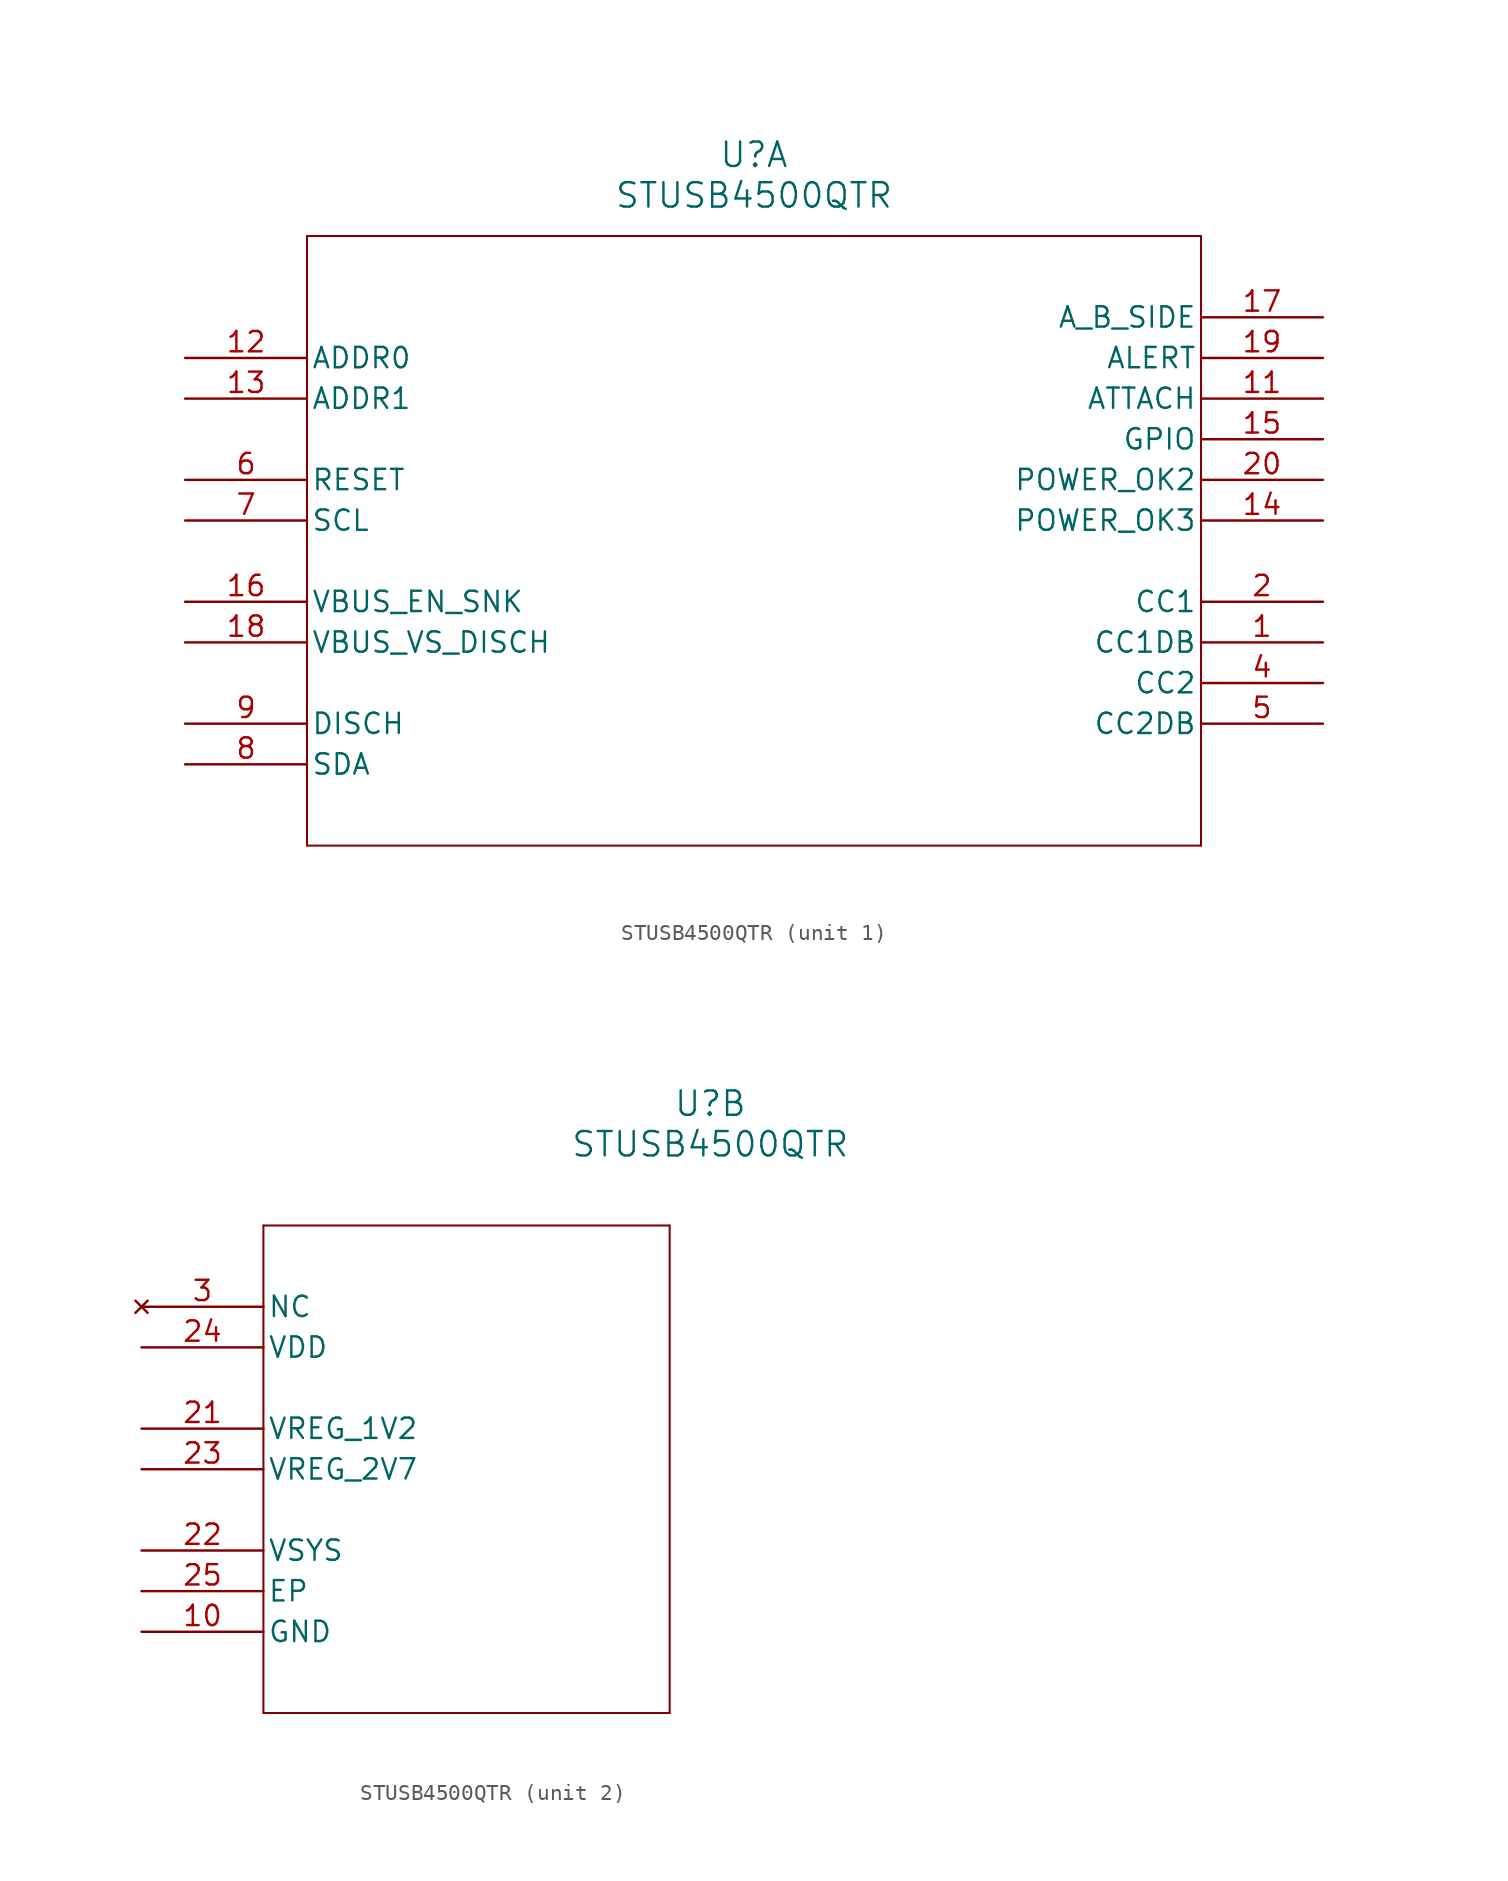
<source format=kicad_sym>
(kicad_symbol_lib
  (version 20220914)
  (generator kicad_symbol_editor)
  (symbol "STUSB4500QTR"
    (pin_names
      (offset 0.254))
    (property "Reference" "U"
      (at 35.56 12.7 0)
      (effects (font (size 1.524 1.524))))
    (property "Value" "STUSB4500QTR"
      (at 35.56 10.16 0)
      (effects (font (size 1.524 1.524))))
    (property "ki_locked" ""
      (at 0 0 0)
      (effects (font (size 1.27 1.27))))
    (symbol "STUSB4500QTR_1_1"
      (polyline (pts (xy 7.62 -30.48) (xy 63.5 -30.48)) (stroke (width 0.127) (type default)) (fill (type none)))
      (polyline (pts (xy 7.62 7.62) (xy 7.62 -30.48)) (stroke (width 0.127) (type default)) (fill (type none)))
      (polyline (pts (xy 63.5 -30.48) (xy 63.5 7.62)) (stroke (width 0.127) (type default)) (fill (type none)))
      (polyline (pts (xy 63.5 7.62) (xy 7.62 7.62)) (stroke (width 0.127) (type default)) (fill (type none)))
      (pin unspecified line (at 71.12 -17.78 180) (length 7.62) (name "CC1DB" (effects (font (size 1.27 1.27)))) (number "1" (effects (font (size 1.27 1.27)))))
      (pin output line (at 71.12 -2.54 180) (length 7.62) (name "ATTACH" (effects (font (size 1.27 1.27)))) (number "11" (effects (font (size 1.27 1.27)))))
      (pin input line (at 0 0 0) (length 7.62) (name "ADDR0" (effects (font (size 1.27 1.27)))) (number "12" (effects (font (size 1.27 1.27)))))
      (pin input line (at 0 -2.54 0) (length 7.62) (name "ADDR1" (effects (font (size 1.27 1.27)))) (number "13" (effects (font (size 1.27 1.27)))))
      (pin output line (at 71.12 -10.16 180) (length 7.62) (name "POWER_OK3" (effects (font (size 1.27 1.27)))) (number "14" (effects (font (size 1.27 1.27)))))
      (pin output line (at 71.12 -5.08 180) (length 7.62) (name "GPIO" (effects (font (size 1.27 1.27)))) (number "15" (effects (font (size 1.27 1.27)))))
      (pin input line (at 0 -15.24 0) (length 7.62) (name "VBUS_EN_SNK" (effects (font (size 1.27 1.27)))) (number "16" (effects (font (size 1.27 1.27)))))
      (pin output line (at 71.12 2.54 180) (length 7.62) (name "A_B_SIDE" (effects (font (size 1.27 1.27)))) (number "17" (effects (font (size 1.27 1.27)))))
      (pin input line (at 0 -17.78 0) (length 7.62) (name "VBUS_VS_DISCH" (effects (font (size 1.27 1.27)))) (number "18" (effects (font (size 1.27 1.27)))))
      (pin output line (at 71.12 0 180) (length 7.62) (name "ALERT" (effects (font (size 1.27 1.27)))) (number "19" (effects (font (size 1.27 1.27)))))
      (pin unspecified line (at 71.12 -15.24 180) (length 7.62) (name "CC1" (effects (font (size 1.27 1.27)))) (number "2" (effects (font (size 1.27 1.27)))))
      (pin output line (at 71.12 -7.62 180) (length 7.62) (name "POWER_OK2" (effects (font (size 1.27 1.27)))) (number "20" (effects (font (size 1.27 1.27)))))
      (pin unspecified line (at 71.12 -20.32 180) (length 7.62) (name "CC2" (effects (font (size 1.27 1.27)))) (number "4" (effects (font (size 1.27 1.27)))))
      (pin unspecified line (at 71.12 -22.86 180) (length 7.62) (name "CC2DB" (effects (font (size 1.27 1.27)))) (number "5" (effects (font (size 1.27 1.27)))))
      (pin input line (at 0 -7.62 0) (length 7.62) (name "RESET" (effects (font (size 1.27 1.27)))) (number "6" (effects (font (size 1.27 1.27)))))
      (pin input line (at 0 -10.16 0) (length 7.62) (name "SCL" (effects (font (size 1.27 1.27)))) (number "7" (effects (font (size 1.27 1.27)))))
      (pin bidirectional line (at 0 -25.4 0) (length 7.62) (name "SDA" (effects (font (size 1.27 1.27)))) (number "8" (effects (font (size 1.27 1.27)))))
      (pin bidirectional line (at 0 -22.86 0) (length 7.62) (name "DISCH" (effects (font (size 1.27 1.27)))) (number "9" (effects (font (size 1.27 1.27))))))
    (symbol "STUSB4500QTR_2_1"
      (polyline (pts (xy 7.62 -25.4) (xy 33.02 -25.4)) (stroke (width 0.127) (type default)) (fill (type none)))
      (polyline (pts (xy 7.62 5.08) (xy 7.62 -25.4)) (stroke (width 0.127) (type default)) (fill (type none)))
      (polyline (pts (xy 33.02 -25.4) (xy 33.02 5.08)) (stroke (width 0.127) (type default)) (fill (type none)))
      (polyline (pts (xy 33.02 5.08) (xy 7.62 5.08)) (stroke (width 0.127) (type default)) (fill (type none)))
      (pin power_out line (at 0 -20.32 0) (length 7.62) (name "GND" (effects (font (size 1.27 1.27)))) (number "10" (effects (font (size 1.27 1.27)))))
      (pin power_in line (at 0 -7.62 0) (length 7.62) (name "VREG_1V2" (effects (font (size 1.27 1.27)))) (number "21" (effects (font (size 1.27 1.27)))))
      (pin power_in line (at 0 -15.24 0) (length 7.62) (name "VSYS" (effects (font (size 1.27 1.27)))) (number "22" (effects (font (size 1.27 1.27)))))
      (pin power_in line (at 0 -10.16 0) (length 7.62) (name "VREG_2V7" (effects (font (size 1.27 1.27)))) (number "23" (effects (font (size 1.27 1.27)))))
      (pin power_in line (at 0 -2.54 0) (length 7.62) (name "VDD" (effects (font (size 1.27 1.27)))) (number "24" (effects (font (size 1.27 1.27)))))
      (pin power_out line (at 0 -17.78 0) (length 7.62) (name "EP" (effects (font (size 1.27 1.27)))) (number "25" (effects (font (size 1.27 1.27)))))
      (pin no_connect line (at 0 0 0) (length 7.62) (name "NC" (effects (font (size 1.27 1.27)))) (number "3" (effects (font (size 1.27 1.27))))))))
</source>
